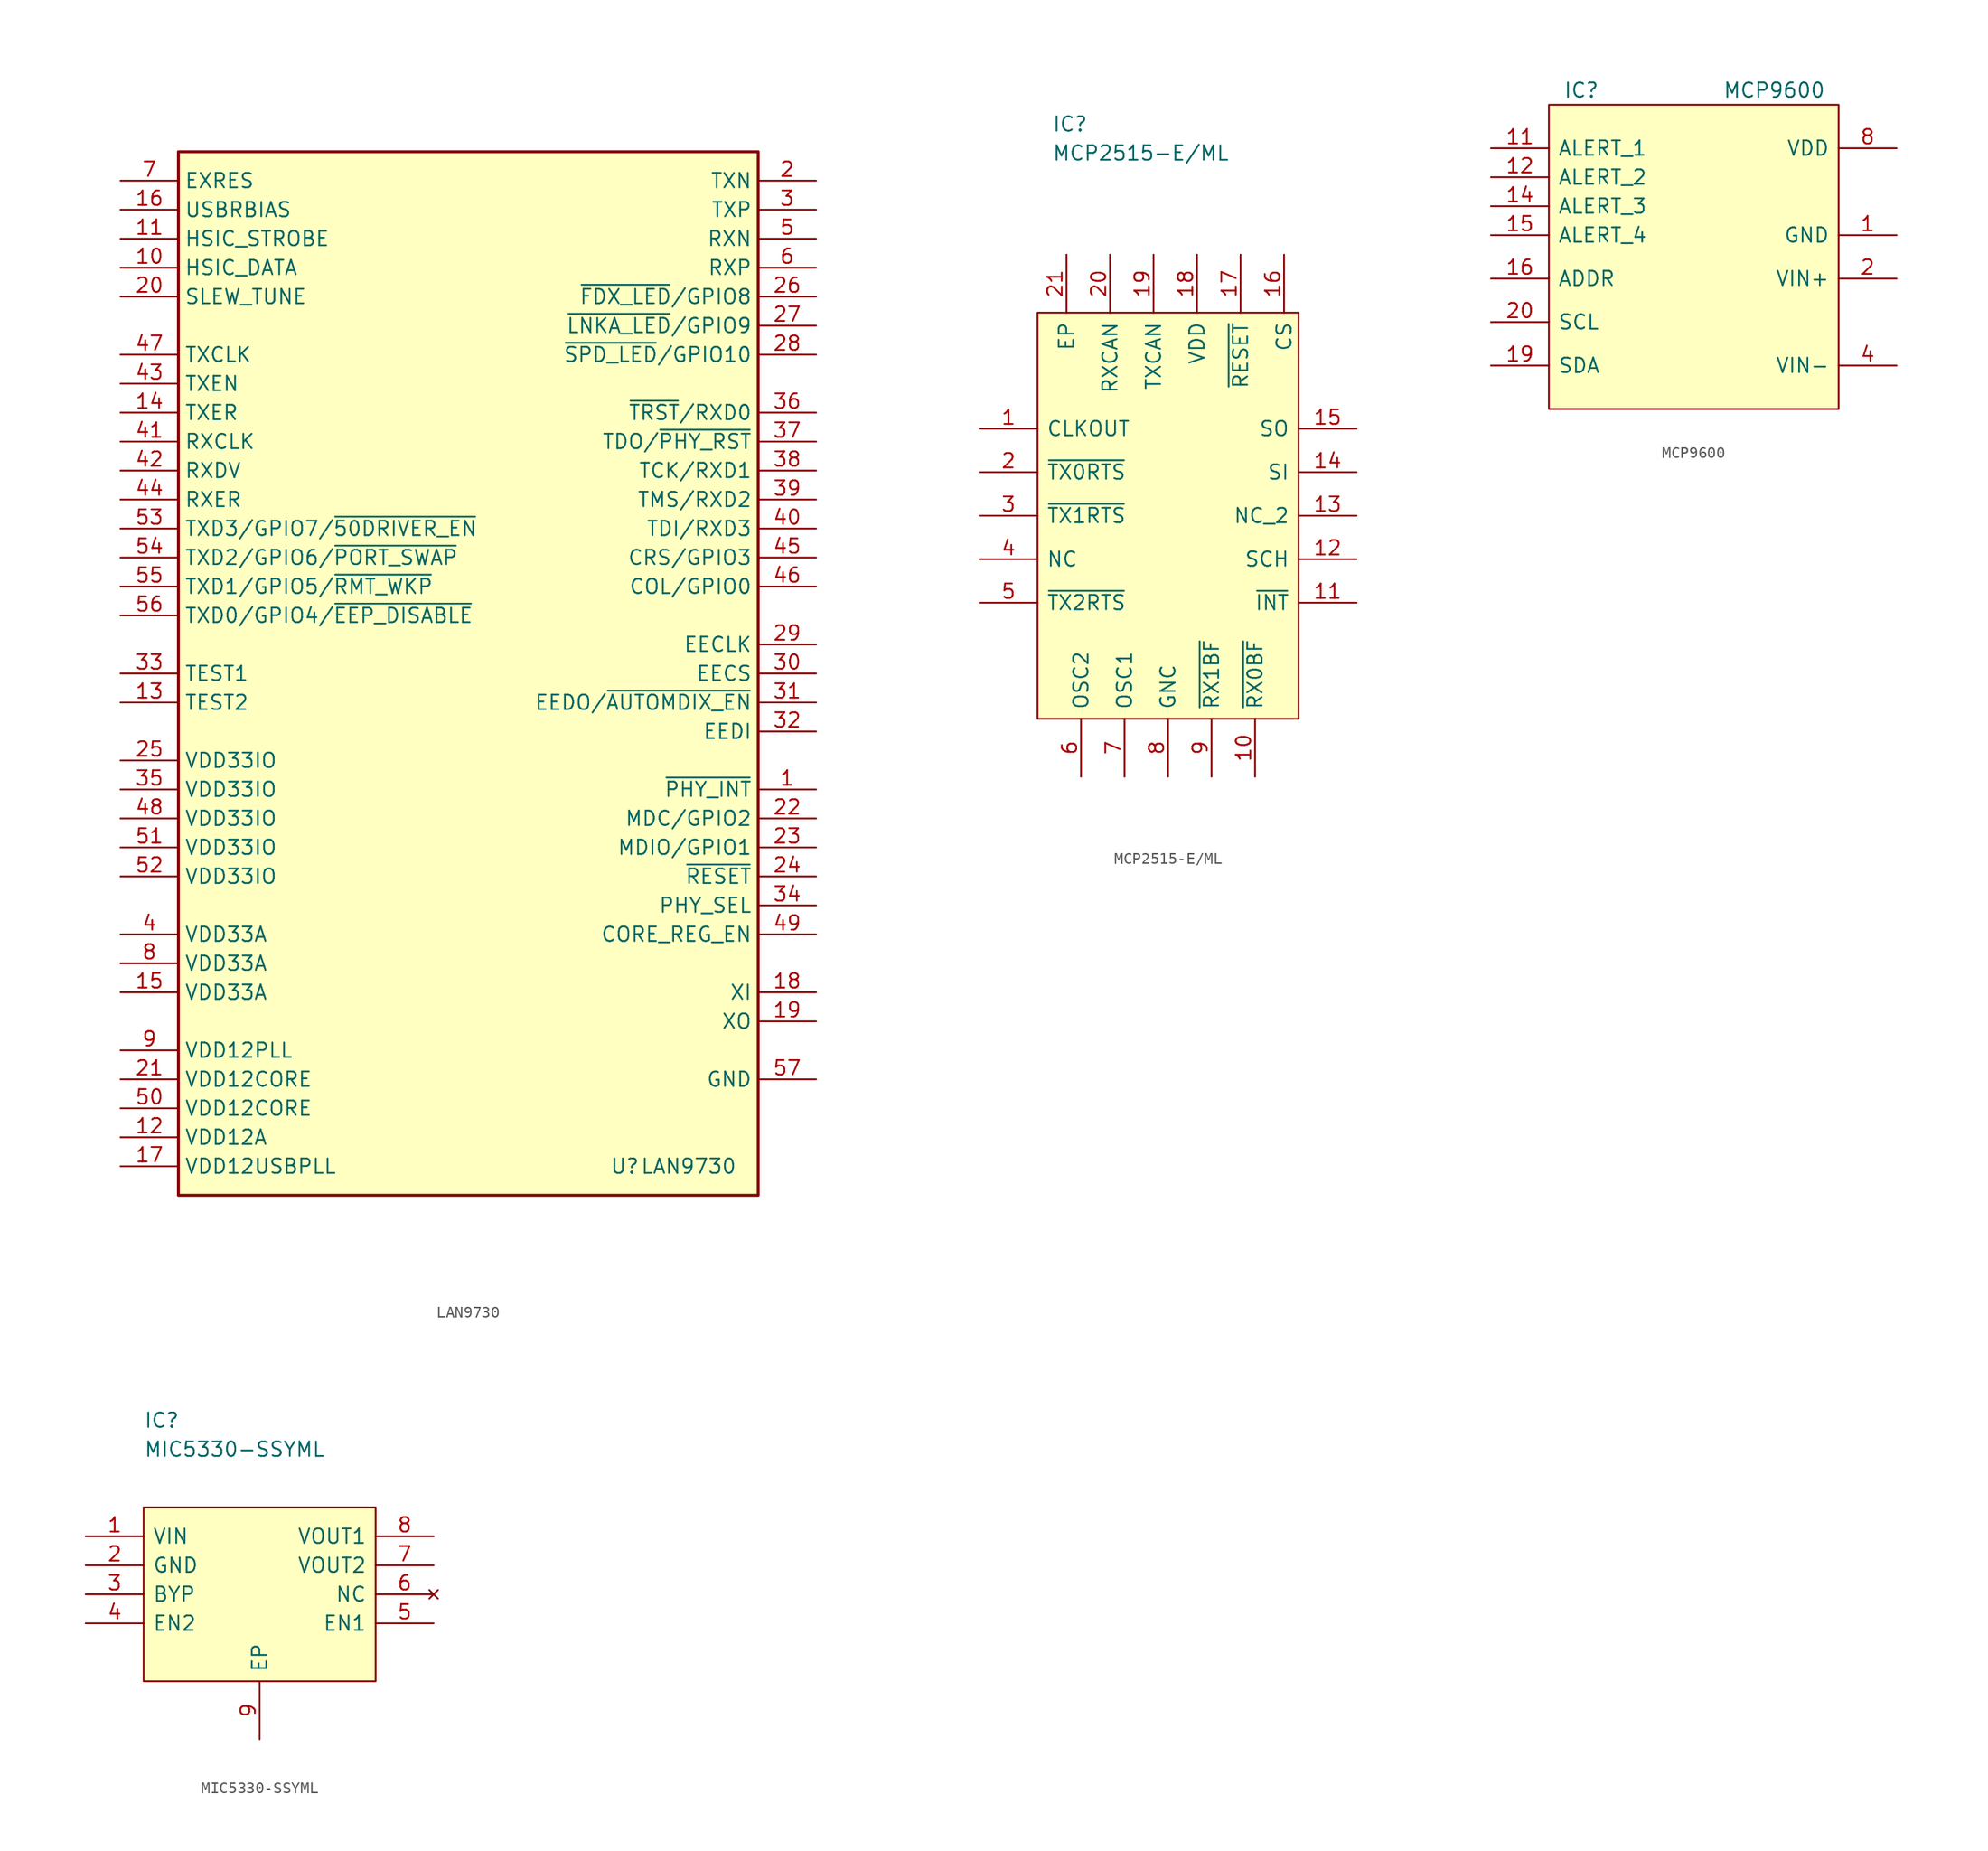
<source format=kicad_sym>
(kicad_symbol_lib
  (version 20231120)
  (generator "kicad_symbol_editor")
  (generator_version "8.0")
  (symbol "LAN9730"
    (property "Reference" "U"
      (at 13.716 2.54 0)
      (effects (font (size 1.27 1.27))))
    (property "Value" "LAN9730"
      (at 19.304 2.54 0)
      (effects (font (size 1.27 1.27))))
    (symbol "LAN9730_0_1"
      (rectangle (start -25.4 91.44) (end 25.4 0) (stroke (width 0.254) (type default)) (fill (type background))))
    (symbol "LAN9730_1_1"
      (pin passive line (at 30.48 35.56 180) (length 5.08) (name "~{PHY_INT}" (effects (font (size 1.27 1.27)))) (number "1" (effects (font (size 1.27 1.27)))))
      (pin passive line (at -30.48 81.28 0) (length 5.08) (name "HSIC_DATA" (effects (font (size 1.27 1.27)))) (number "10" (effects (font (size 1.27 1.27)))))
      (pin passive line (at -30.48 83.82 0) (length 5.08) (name "HSIC_STROBE" (effects (font (size 1.27 1.27)))) (number "11" (effects (font (size 1.27 1.27)))))
      (pin passive line (at -30.48 5.08 0) (length 5.08) (name "VDD12A" (effects (font (size 1.27 1.27)))) (number "12" (effects (font (size 1.27 1.27)))))
      (pin passive line (at -30.48 43.18 0) (length 5.08) (name "TEST2" (effects (font (size 1.27 1.27)))) (number "13" (effects (font (size 1.27 1.27)))))
      (pin passive line (at -30.48 68.58 0) (length 5.08) (name "TXER" (effects (font (size 1.27 1.27)))) (number "14" (effects (font (size 1.27 1.27)))))
      (pin passive line (at -30.48 17.78 0) (length 5.08) (name "VDD33A" (effects (font (size 1.27 1.27)))) (number "15" (effects (font (size 1.27 1.27)))))
      (pin passive line (at -30.48 86.36 0) (length 5.08) (name "USBRBIAS" (effects (font (size 1.27 1.27)))) (number "16" (effects (font (size 1.27 1.27)))))
      (pin passive line (at -30.48 2.54 0) (length 5.08) (name "VDD12USBPLL" (effects (font (size 1.27 1.27)))) (number "17" (effects (font (size 1.27 1.27)))))
      (pin passive line (at 30.48 17.78 180) (length 5.08) (name "XI" (effects (font (size 1.27 1.27)))) (number "18" (effects (font (size 1.27 1.27)))))
      (pin passive line (at 30.48 15.24 180) (length 5.08) (name "XO" (effects (font (size 1.27 1.27)))) (number "19" (effects (font (size 1.27 1.27)))))
      (pin passive line (at 30.48 88.9 180) (length 5.08) (name "TXN" (effects (font (size 1.27 1.27)))) (number "2" (effects (font (size 1.27 1.27)))))
      (pin passive line (at -30.48 78.74 0) (length 5.08) (name "SLEW_TUNE" (effects (font (size 1.27 1.27)))) (number "20" (effects (font (size 1.27 1.27)))))
      (pin passive line (at -30.48 10.16 0) (length 5.08) (name "VDD12CORE" (effects (font (size 1.27 1.27)))) (number "21" (effects (font (size 1.27 1.27)))))
      (pin passive line (at 30.48 33.02 180) (length 5.08) (name "MDC/GPIO2" (effects (font (size 1.27 1.27)))) (number "22" (effects (font (size 1.27 1.27)))))
      (pin passive line (at 30.48 30.48 180) (length 5.08) (name "MDIO/GPIO1" (effects (font (size 1.27 1.27)))) (number "23" (effects (font (size 1.27 1.27)))))
      (pin passive line (at 30.48 27.94 180) (length 5.08) (name "~{RESET}" (effects (font (size 1.27 1.27)))) (number "24" (effects (font (size 1.27 1.27)))))
      (pin passive line (at -30.48 38.1 0) (length 5.08) (name "VDD33IO" (effects (font (size 1.27 1.27)))) (number "25" (effects (font (size 1.27 1.27)))))
      (pin passive line (at 30.48 78.74 180) (length 5.08) (name "~{FDX_LED}/GPIO8" (effects (font (size 1.27 1.27)))) (number "26" (effects (font (size 1.27 1.27)))))
      (pin passive line (at 30.48 76.2 180) (length 5.08) (name "~{LNKA_LED}/GPIO9" (effects (font (size 1.27 1.27)))) (number "27" (effects (font (size 1.27 1.27)))))
      (pin passive line (at 30.48 73.66 180) (length 5.08) (name "~{SPD_LED}/GPIO10" (effects (font (size 1.27 1.27)))) (number "28" (effects (font (size 1.27 1.27)))))
      (pin passive line (at 30.48 48.26 180) (length 5.08) (name "EECLK" (effects (font (size 1.27 1.27)))) (number "29" (effects (font (size 1.27 1.27)))))
      (pin passive line (at 30.48 86.36 180) (length 5.08) (name "TXP" (effects (font (size 1.27 1.27)))) (number "3" (effects (font (size 1.27 1.27)))))
      (pin passive line (at 30.48 45.72 180) (length 5.08) (name "EECS" (effects (font (size 1.27 1.27)))) (number "30" (effects (font (size 1.27 1.27)))))
      (pin passive line (at 30.48 43.18 180) (length 5.08) (name "EEDO/~{AUTOMDIX_EN}" (effects (font (size 1.27 1.27)))) (number "31" (effects (font (size 1.27 1.27)))))
      (pin passive line (at 30.48 40.64 180) (length 5.08) (name "EEDI" (effects (font (size 1.27 1.27)))) (number "32" (effects (font (size 1.27 1.27)))))
      (pin passive line (at -30.48 45.72 0) (length 5.08) (name "TEST1" (effects (font (size 1.27 1.27)))) (number "33" (effects (font (size 1.27 1.27)))))
      (pin passive line (at 30.48 25.4 180) (length 5.08) (name "PHY_SEL" (effects (font (size 1.27 1.27)))) (number "34" (effects (font (size 1.27 1.27)))))
      (pin passive line (at -30.48 35.56 0) (length 5.08) (name "VDD33IO" (effects (font (size 1.27 1.27)))) (number "35" (effects (font (size 1.27 1.27)))))
      (pin passive line (at 30.48 68.58 180) (length 5.08) (name "~{TRST}/RXD0" (effects (font (size 1.27 1.27)))) (number "36" (effects (font (size 1.27 1.27)))))
      (pin passive line (at 30.48 66.04 180) (length 5.08) (name "TDO/~{PHY_RST}" (effects (font (size 1.27 1.27)))) (number "37" (effects (font (size 1.27 1.27)))))
      (pin passive line (at 30.48 63.5 180) (length 5.08) (name "TCK/RXD1" (effects (font (size 1.27 1.27)))) (number "38" (effects (font (size 1.27 1.27)))))
      (pin passive line (at 30.48 60.96 180) (length 5.08) (name "TMS/RXD2" (effects (font (size 1.27 1.27)))) (number "39" (effects (font (size 1.27 1.27)))))
      (pin passive line (at -30.48 22.86 0) (length 5.08) (name "VDD33A" (effects (font (size 1.27 1.27)))) (number "4" (effects (font (size 1.27 1.27)))))
      (pin passive line (at 30.48 58.42 180) (length 5.08) (name "TDI/RXD3" (effects (font (size 1.27 1.27)))) (number "40" (effects (font (size 1.27 1.27)))))
      (pin passive line (at -30.48 66.04 0) (length 5.08) (name "RXCLK" (effects (font (size 1.27 1.27)))) (number "41" (effects (font (size 1.27 1.27)))))
      (pin passive line (at -30.48 63.5 0) (length 5.08) (name "RXDV" (effects (font (size 1.27 1.27)))) (number "42" (effects (font (size 1.27 1.27)))))
      (pin passive line (at -30.48 71.12 0) (length 5.08) (name "TXEN" (effects (font (size 1.27 1.27)))) (number "43" (effects (font (size 1.27 1.27)))))
      (pin passive line (at -30.48 60.96 0) (length 5.08) (name "RXER" (effects (font (size 1.27 1.27)))) (number "44" (effects (font (size 1.27 1.27)))))
      (pin passive line (at 30.48 55.88 180) (length 5.08) (name "CRS/GPIO3" (effects (font (size 1.27 1.27)))) (number "45" (effects (font (size 1.27 1.27)))))
      (pin passive line (at 30.48 53.34 180) (length 5.08) (name "COL/GPIO0" (effects (font (size 1.27 1.27)))) (number "46" (effects (font (size 1.27 1.27)))))
      (pin passive line (at -30.48 73.66 0) (length 5.08) (name "TXCLK" (effects (font (size 1.27 1.27)))) (number "47" (effects (font (size 1.27 1.27)))))
      (pin passive line (at -30.48 33.02 0) (length 5.08) (name "VDD33IO" (effects (font (size 1.27 1.27)))) (number "48" (effects (font (size 1.27 1.27)))))
      (pin passive line (at 30.48 22.86 180) (length 5.08) (name "CORE_REG_EN" (effects (font (size 1.27 1.27)))) (number "49" (effects (font (size 1.27 1.27)))))
      (pin passive line (at 30.48 83.82 180) (length 5.08) (name "RXN" (effects (font (size 1.27 1.27)))) (number "5" (effects (font (size 1.27 1.27)))))
      (pin passive line (at -30.48 7.62 0) (length 5.08) (name "VDD12CORE" (effects (font (size 1.27 1.27)))) (number "50" (effects (font (size 1.27 1.27)))))
      (pin passive line (at -30.48 30.48 0) (length 5.08) (name "VDD33IO" (effects (font (size 1.27 1.27)))) (number "51" (effects (font (size 1.27 1.27)))))
      (pin passive line (at -30.48 27.94 0) (length 5.08) (name "VDD33IO" (effects (font (size 1.27 1.27)))) (number "52" (effects (font (size 1.27 1.27)))))
      (pin passive line (at -30.48 58.42 0) (length 5.08) (name "TXD3/GPIO7/~{50DRIVER_EN}" (effects (font (size 1.27 1.27)))) (number "53" (effects (font (size 1.27 1.27)))))
      (pin passive line (at -30.48 55.88 0) (length 5.08) (name "TXD2/GPIO6/~{PORT_SWAP}" (effects (font (size 1.27 1.27)))) (number "54" (effects (font (size 1.27 1.27)))))
      (pin passive line (at -30.48 53.34 0) (length 5.08) (name "TXD1/GPIO5/~{RMT_WKP}" (effects (font (size 1.27 1.27)))) (number "55" (effects (font (size 1.27 1.27)))))
      (pin passive line (at -30.48 50.8 0) (length 5.08) (name "TXD0/GPIO4/~{EEP_DISABLE}" (effects (font (size 1.27 1.27)))) (number "56" (effects (font (size 1.27 1.27)))))
      (pin passive line (at 30.48 10.16 180) (length 5.08) (name "GND" (effects (font (size 1.27 1.27)))) (number "57" (effects (font (size 1.27 1.27)))))
      (pin passive line (at 30.48 81.28 180) (length 5.08) (name "RXP" (effects (font (size 1.27 1.27)))) (number "6" (effects (font (size 1.27 1.27)))))
      (pin passive line (at -30.48 88.9 0) (length 5.08) (name "EXRES" (effects (font (size 1.27 1.27)))) (number "7" (effects (font (size 1.27 1.27)))))
      (pin passive line (at -30.48 20.32 0) (length 5.08) (name "VDD33A" (effects (font (size 1.27 1.27)))) (number "8" (effects (font (size 1.27 1.27)))))
      (pin passive line (at -30.48 12.7 0) (length 5.08) (name "VDD12PLL" (effects (font (size 1.27 1.27)))) (number "9" (effects (font (size 1.27 1.27)))))))
  (symbol "MCP2515-E/ML"
    (pin_names
      (offset 0.762))
    (property "Reference" "IC"
      (at -10.16 34.29 0)
      (effects (font (size 1.27 1.27)) (justify left)))
    (property "Value" "MCP2515-E/ML"
      (at -10.16 31.75 0)
      (effects (font (size 1.27 1.27)) (justify left)))
    (symbol "MCP2515-E/ML_0_0"
      (pin output line (at -16.51 7.62 0) (length 5.08) (name "CLKOUT" (effects (font (size 1.27 1.27)))) (number "1" (effects (font (size 1.27 1.27)))))
      (pin output line (at 7.62 -22.86 90) (length 5.08) (name "~{RX0BF}" (effects (font (size 1.27 1.27)))) (number "10" (effects (font (size 1.27 1.27)))))
      (pin output line (at 16.51 -7.62 180) (length 5.08) (name "~{INT}" (effects (font (size 1.27 1.27)))) (number "11" (effects (font (size 1.27 1.27)))))
      (pin input line (at 16.51 -3.81 180) (length 5.08) (name "SCH" (effects (font (size 1.27 1.27)))) (number "12" (effects (font (size 1.27 1.27)))))
      (pin passive line (at 16.51 0 180) (length 5.08) (name "NC_2" (effects (font (size 1.27 1.27)))) (number "13" (effects (font (size 1.27 1.27)))))
      (pin input line (at 16.51 3.81 180) (length 5.08) (name "SI" (effects (font (size 1.27 1.27)))) (number "14" (effects (font (size 1.27 1.27)))))
      (pin output line (at 16.51 7.62 180) (length 5.08) (name "SO" (effects (font (size 1.27 1.27)))) (number "15" (effects (font (size 1.27 1.27)))))
      (pin input line (at 10.16 22.86 270) (length 5.08) (name "CS" (effects (font (size 1.27 1.27)))) (number "16" (effects (font (size 1.27 1.27)))))
      (pin input line (at 6.35 22.86 270) (length 5.08) (name "~{RESET}" (effects (font (size 1.27 1.27)))) (number "17" (effects (font (size 1.27 1.27)))))
      (pin power_in line (at 2.54 22.86 270) (length 5.08) (name "VDD" (effects (font (size 1.27 1.27)))) (number "18" (effects (font (size 1.27 1.27)))))
      (pin output line (at -1.27 22.86 270) (length 5.08) (name "TXCAN" (effects (font (size 1.27 1.27)))) (number "19" (effects (font (size 1.27 1.27)))))
      (pin input line (at -16.51 3.81 0) (length 5.08) (name "~{TX0RTS}" (effects (font (size 1.27 1.27)))) (number "2" (effects (font (size 1.27 1.27)))))
      (pin input line (at -5.08 22.86 270) (length 5.08) (name "RXCAN" (effects (font (size 1.27 1.27)))) (number "20" (effects (font (size 1.27 1.27)))))
      (pin input line (at -16.51 0 0) (length 5.08) (name "~{TX1RTS}" (effects (font (size 1.27 1.27)))) (number "3" (effects (font (size 1.27 1.27)))))
      (pin input line (at -16.51 -7.62 0) (length 5.08) (name "~{TX2RTS}" (effects (font (size 1.27 1.27)))) (number "5" (effects (font (size 1.27 1.27)))))
      (pin output line (at -7.62 -22.86 90) (length 5.08) (name "OSC2" (effects (font (size 1.27 1.27)))) (number "6" (effects (font (size 1.27 1.27)))))
      (pin input line (at -3.81 -22.86 90) (length 5.08) (name "OSC1" (effects (font (size 1.27 1.27)))) (number "7" (effects (font (size 1.27 1.27)))))
      (pin power_in line (at 0 -22.86 90) (length 5.08) (name "GNC" (effects (font (size 1.27 1.27)))) (number "8" (effects (font (size 1.27 1.27)))))
      (pin output line (at 3.81 -22.86 90) (length 5.08) (name "~{RX1BF}" (effects (font (size 1.27 1.27)))) (number "9" (effects (font (size 1.27 1.27))))))
    (symbol "MCP2515-E/ML_1_0"
      (pin passive line (at -8.89 22.86 270) (length 5.08) (name "EP" (effects (font (size 1.27 1.27)))) (number "21" (effects (font (size 1.27 1.27)))))
      (pin passive line (at -16.51 -3.81 0) (length 5.08) (name "NC" (effects (font (size 1.27 1.27)))) (number "4" (effects (font (size 1.27 1.27))))))
    (symbol "MCP2515-E/ML_1_1"
      (rectangle (start -11.43 17.78) (end 11.43 -17.78) (stroke (width 0) (type default)) (fill (type background)))))
  (symbol "MCP9600"
    (pin_names
      (offset 0.762))
    (property "Reference" "IC"
      (at -11.43 15.24 0)
      (effects (font (size 1.27 1.27)) (justify left)))
    (property "Value" "MCP9600"
      (at 2.54 15.24 0)
      (effects (font (size 1.27 1.27)) (justify left)))
    (symbol "MCP9600_0_0"
      (pin passive line (at -17.78 10.16 0) (length 5.08) (name "ALERT_1" (effects (font (size 1.27 1.27)))) (number "11" (effects (font (size 1.27 1.27)))))
      (pin passive line (at -17.78 7.62 0) (length 5.08) (name "ALERT_2" (effects (font (size 1.27 1.27)))) (number "12" (effects (font (size 1.27 1.27)))))
      (pin passive line (at -17.78 5.08 0) (length 5.08) (name "ALERT_3" (effects (font (size 1.27 1.27)))) (number "14" (effects (font (size 1.27 1.27)))))
      (pin passive line (at -17.78 2.54 0) (length 5.08) (name "ALERT_4" (effects (font (size 1.27 1.27)))) (number "15" (effects (font (size 1.27 1.27)))))
      (pin passive line (at -17.78 -1.27 0) (length 5.08) (name "ADDR" (effects (font (size 1.27 1.27)))) (number "16" (effects (font (size 1.27 1.27)))))
      (pin input line (at 17.78 -1.27 180) (length 5.08) (name "VIN+" (effects (font (size 1.27 1.27)))) (number "2" (effects (font (size 1.27 1.27)))))
      (pin input line (at 17.78 -8.89 180) (length 5.08) (name "VIN-" (effects (font (size 1.27 1.27)))) (number "4" (effects (font (size 1.27 1.27))))))
    (symbol "MCP9600_1_0"
      (pin passive line (at 17.78 2.54 180) (length 5.08) (name "GND" (effects (font (size 1.27 1.27)))) (number "1" (effects (font (size 1.27 1.27)))))
      (pin passive line (at 17.78 2.54 180) (length 5.08) hide (name "GND" (effects (font (size 1.27 1.27)))) (number "10" (effects (font (size 1.27 1.27)))))
      (pin passive line (at 17.78 2.54 180) (length 5.08) hide (name "GND" (effects (font (size 1.27 1.27)))) (number "13" (effects (font (size 1.27 1.27)))))
      (pin passive line (at 17.78 2.54 180) (length 5.08) hide (name "GND" (effects (font (size 1.27 1.27)))) (number "17" (effects (font (size 1.27 1.27)))))
      (pin passive line (at 17.78 2.54 180) (length 5.08) hide (name "GND" (effects (font (size 1.27 1.27)))) (number "18" (effects (font (size 1.27 1.27)))))
      (pin bidirectional line (at -17.78 -8.89 0) (length 5.08) (name "SDA" (effects (font (size 1.27 1.27)))) (number "19" (effects (font (size 1.27 1.27)))))
      (pin input line (at -17.78 -5.08 0) (length 5.08) (name "SCL" (effects (font (size 1.27 1.27)))) (number "20" (effects (font (size 1.27 1.27)))))
      (pin passive line (at 17.78 2.54 180) (length 5.08) hide (name "GND" (effects (font (size 1.27 1.27)))) (number "21" (effects (font (size 1.27 1.27)))))
      (pin passive line (at 17.78 2.54 180) (length 5.08) hide (name "GND" (effects (font (size 1.27 1.27)))) (number "3" (effects (font (size 1.27 1.27)))))
      (pin passive line (at 17.78 2.54 180) (length 5.08) hide (name "GND" (effects (font (size 1.27 1.27)))) (number "5" (effects (font (size 1.27 1.27)))))
      (pin passive line (at 17.78 2.54 180) (length 5.08) hide (name "GND" (effects (font (size 1.27 1.27)))) (number "6" (effects (font (size 1.27 1.27)))))
      (pin passive line (at 17.78 2.54 180) (length 5.08) hide (name "GND" (effects (font (size 1.27 1.27)))) (number "7" (effects (font (size 1.27 1.27)))))
      (pin passive line (at 17.78 10.16 180) (length 5.08) (name "VDD" (effects (font (size 1.27 1.27)))) (number "8" (effects (font (size 1.27 1.27)))))
      (pin passive line (at 17.78 2.54 180) (length 5.08) hide (name "GND" (effects (font (size 1.27 1.27)))) (number "9" (effects (font (size 1.27 1.27))))))
    (symbol "MCP9600_1_1"
      (rectangle (start -12.7 13.97) (end 12.7 -12.7) (stroke (width 0) (type default)) (fill (type background)))))
  (symbol "MIC5330-SSYML"
    (pin_names
      (offset 0.762))
    (property "Reference" "IC"
      (at -10.16 15.24 0)
      (effects (font (size 1.27 1.27)) (justify left)))
    (property "Value" "MIC5330-SSYML"
      (at -10.16 12.7 0)
      (effects (font (size 1.27 1.27)) (justify left)))
    (symbol "MIC5330-SSYML_0_0"
      (pin no_connect line (at 15.24 0 180) (length 5.08) (name "NC" (effects (font (size 1.27 1.27)))) (number "6" (effects (font (size 1.27 1.27))))))
    (symbol "MIC5330-SSYML_1_0"
      (pin power_in line (at -15.24 5.08 0) (length 5.08) (name "VIN" (effects (font (size 1.27 1.27)))) (number "1" (effects (font (size 1.27 1.27)))))
      (pin power_in line (at -15.24 2.54 0) (length 5.08) (name "GND" (effects (font (size 1.27 1.27)))) (number "2" (effects (font (size 1.27 1.27)))))
      (pin passive line (at -15.24 0 0) (length 5.08) (name "BYP" (effects (font (size 1.27 1.27)))) (number "3" (effects (font (size 1.27 1.27)))))
      (pin input line (at -15.24 -2.54 0) (length 5.08) (name "EN2" (effects (font (size 1.27 1.27)))) (number "4" (effects (font (size 1.27 1.27)))))
      (pin input line (at 15.24 -2.54 180) (length 5.08) (name "EN1" (effects (font (size 1.27 1.27)))) (number "5" (effects (font (size 1.27 1.27)))))
      (pin power_out line (at 15.24 2.54 180) (length 5.08) (name "VOUT2" (effects (font (size 1.27 1.27)))) (number "7" (effects (font (size 1.27 1.27)))))
      (pin power_out line (at 15.24 5.08 180) (length 5.08) (name "VOUT1" (effects (font (size 1.27 1.27)))) (number "8" (effects (font (size 1.27 1.27)))))
      (pin power_in line (at 0 -12.7 90) (length 5.08) (name "EP" (effects (font (size 1.27 1.27)))) (number "9" (effects (font (size 1.27 1.27))))))
    (symbol "MIC5330-SSYML_1_1"
      (rectangle (start -10.16 7.62) (end 10.16 -7.62) (stroke (width 0) (type default)) (fill (type background))))))
</source>
